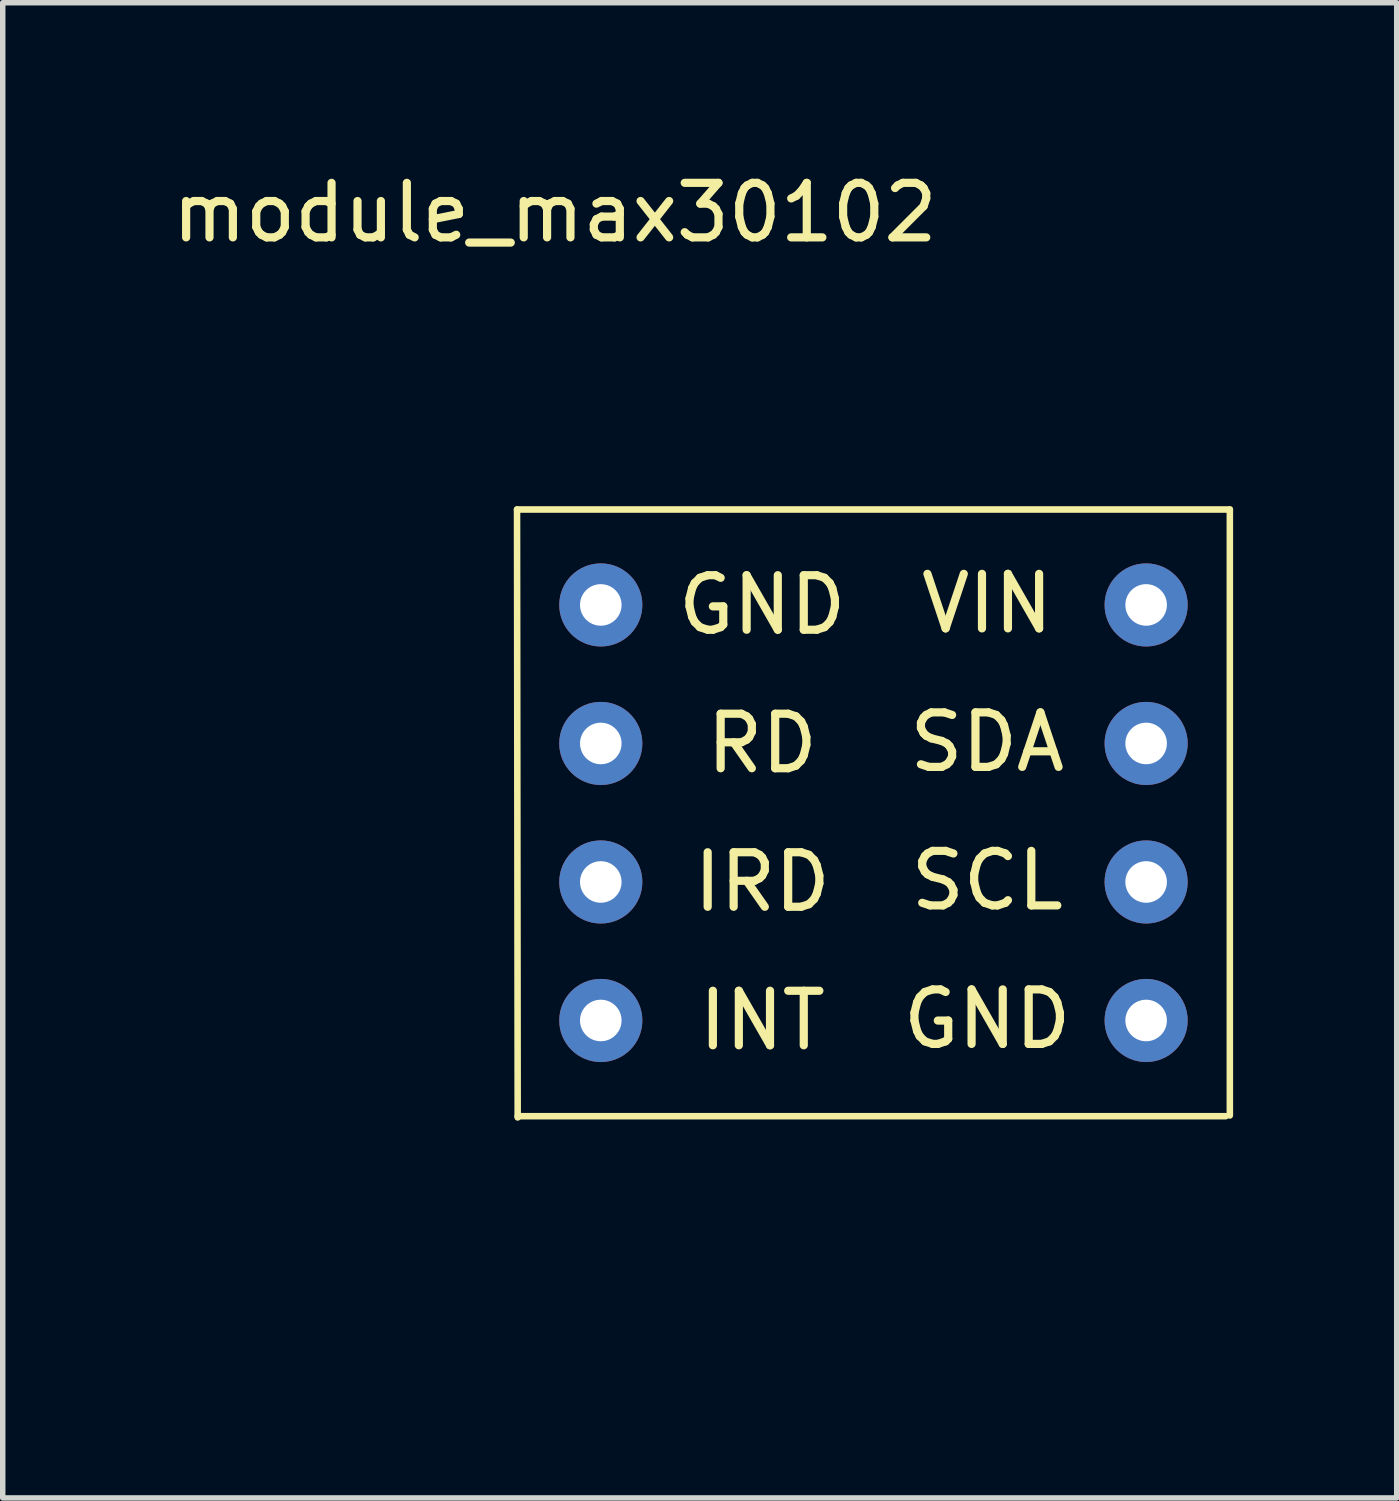
<source format=kicad_pcb>
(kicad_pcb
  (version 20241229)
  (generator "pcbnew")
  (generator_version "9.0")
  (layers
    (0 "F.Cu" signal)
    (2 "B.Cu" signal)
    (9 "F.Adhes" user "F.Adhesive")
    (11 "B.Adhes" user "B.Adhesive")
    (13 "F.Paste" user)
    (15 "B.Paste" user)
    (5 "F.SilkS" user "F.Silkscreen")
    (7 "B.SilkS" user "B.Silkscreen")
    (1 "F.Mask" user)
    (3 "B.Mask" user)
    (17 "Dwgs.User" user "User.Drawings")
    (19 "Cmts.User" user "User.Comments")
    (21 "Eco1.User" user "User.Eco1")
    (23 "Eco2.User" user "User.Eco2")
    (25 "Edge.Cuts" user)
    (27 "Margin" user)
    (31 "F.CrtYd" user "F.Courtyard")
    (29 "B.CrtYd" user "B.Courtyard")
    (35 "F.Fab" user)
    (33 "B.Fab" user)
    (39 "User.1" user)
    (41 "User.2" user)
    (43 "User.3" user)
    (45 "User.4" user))
  (footprint "module_max30102"
    (layer "F.Cu")
    (at 4.331 21.168)
    (property "Reference" "module_max30102" (at 2.794 -20.32 0) (layer "F.SilkS") (effects (font (size 1 1) (thickness 0.15))))
    (attr through_hole)
    (fp_line (start 2.1 -14.875) (end 15.171 -14.875) (stroke (width 0.12) (type solid)) (layer "F.SilkS"))
    (fp_line (start 2.112 -3.727) (end 2.1 -14.875) (stroke (width 0.12) (type solid)) (layer "F.SilkS"))
    (fp_line (start 15.096 -3.75) (end 2.112 -3.75) (stroke (width 0.12) (type solid)) (layer "F.SilkS"))
    (fp_line (start 15.171 -14.875) (end 15.171 -3.763) (stroke (width 0.12) (type solid)) (layer "F.SilkS"))
    (fp_text user "GND" (at 10.721 -5.53 0) (layer "F.SilkS") (effects (font (size 1 1) (thickness 0.15))))
    (fp_text user "SDA" (at 10.721 -10.61 0) (layer "F.SilkS") (effects (font (size 1 1) (thickness 0.15))))
    (fp_text user "GND" (at 6.596 -13.125 180) (layer "F.SilkS") (effects (font (size 1 1) (thickness 0.15))))
    (fp_text user "IRD" (at 6.596 -8.045 180) (layer "F.SilkS") (effects (font (size 1 1) (thickness 0.15))))
    (fp_text user "INT" (at 6.596 -5.505 180) (layer "F.SilkS") (effects (font (size 1 1) (thickness 0.15))))
    (fp_text user "RD" (at 6.596 -10.585 180) (layer "F.SilkS") (effects (font (size 1 1) (thickness 0.15))))
    (fp_text user "SCL" (at 10.721 -8.07 0) (layer "F.SilkS") (effects (font (size 1 1) (thickness 0.15))))
    (fp_text user "VIN" (at 10.721 -13.15 0) (layer "F.SilkS") (effects (font (size 1 1) (thickness 0.15))))
    (pad "1" thru_hole circle (at 3.636 -13.125) (size 1.524 1.524) (drill 0.762) (layers "*.Cu" "*.Mask"))
    (pad "2" thru_hole circle (at 3.636 -10.585) (size 1.524 1.524) (drill 0.762) (layers "*.Cu" "*.Mask"))
    (pad "3" thru_hole circle (at 3.636 -8.045) (size 1.524 1.524) (drill 0.762) (layers "*.Cu" "*.Mask"))
    (pad "4" thru_hole circle (at 3.636 -5.505) (size 1.524 1.524) (drill 0.762) (layers "*.Cu" "*.Mask"))
    (pad "5" thru_hole circle (at 13.636 -5.505 180) (size 1.524 1.524) (drill 0.762) (layers "*.Cu" "*.Mask"))
    (pad "6" thru_hole circle (at 13.636 -8.045 180) (size 1.524 1.524) (drill 0.762) (layers "*.Cu" "*.Mask"))
    (pad "7" thru_hole circle (at 13.636 -10.585 180) (size 1.524 1.524) (drill 0.762) (layers "*.Cu" "*.Mask"))
    (pad "8" thru_hole circle (at 13.636 -13.125 180) (size 1.524 1.524) (drill 0.762) (layers "*.Cu" "*.Mask")))
  (gr_rect
    (start -3 -3)
    (end 22.562 24.418)
    (stroke (width 0.1) (type default))
    (fill no)
    (layer "Edge.Cuts")))
</source>
